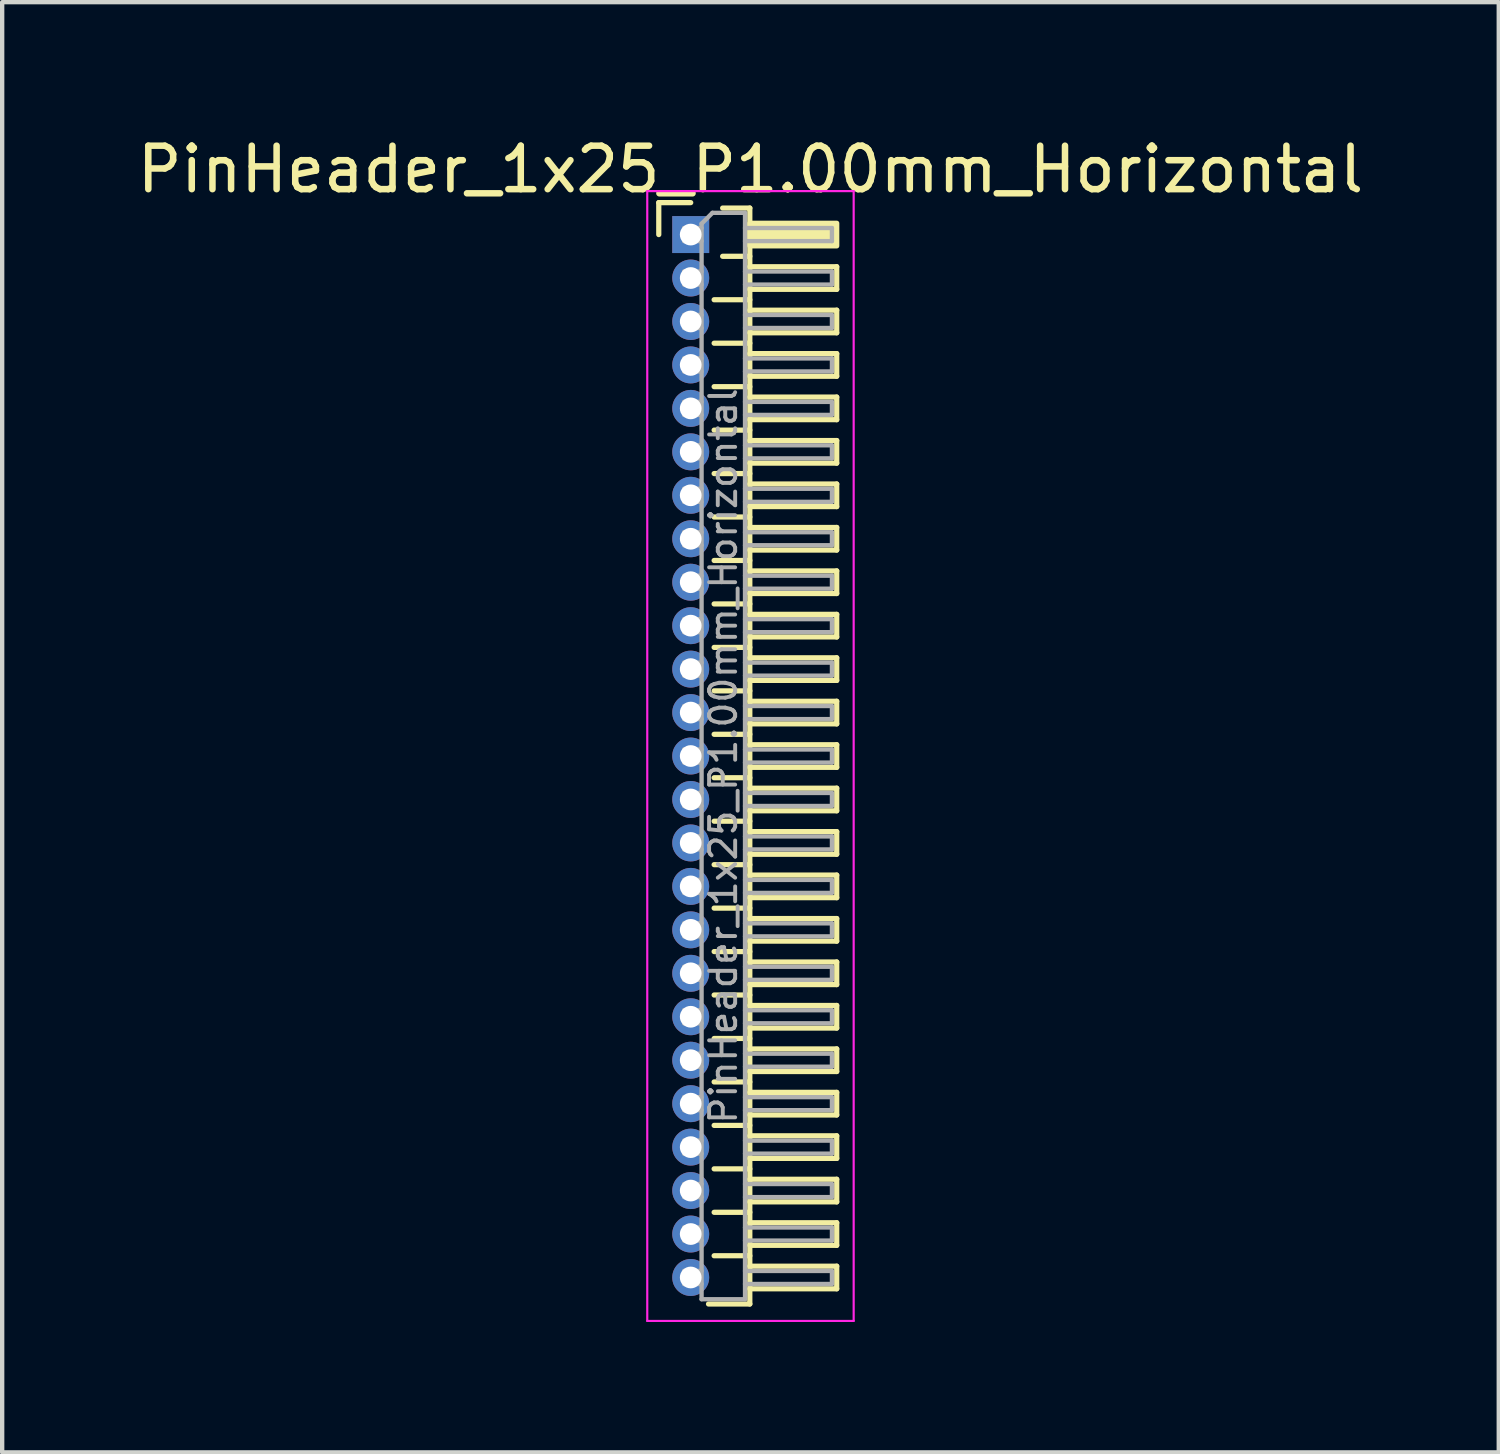
<source format=kicad_pcb>
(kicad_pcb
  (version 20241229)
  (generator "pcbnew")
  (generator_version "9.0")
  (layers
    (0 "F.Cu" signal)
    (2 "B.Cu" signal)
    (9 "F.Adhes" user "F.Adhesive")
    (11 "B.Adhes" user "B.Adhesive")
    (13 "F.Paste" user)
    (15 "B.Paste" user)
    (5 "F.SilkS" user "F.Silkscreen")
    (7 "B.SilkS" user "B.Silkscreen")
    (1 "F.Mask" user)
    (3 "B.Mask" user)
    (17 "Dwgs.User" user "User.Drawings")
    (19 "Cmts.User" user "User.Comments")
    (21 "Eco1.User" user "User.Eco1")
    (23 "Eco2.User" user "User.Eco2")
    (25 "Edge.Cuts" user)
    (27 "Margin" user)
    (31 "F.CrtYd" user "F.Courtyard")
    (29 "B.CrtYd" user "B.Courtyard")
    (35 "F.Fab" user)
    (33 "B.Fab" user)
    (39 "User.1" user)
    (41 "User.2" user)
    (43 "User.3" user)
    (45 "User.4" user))
  (footprint "PinHeader_1x25_P1.00mm_Horizontal"
    (layer "F.Cu")
    (at 12.845 2.348)
    (property "Reference" "PinHeader_1x25_P1.00mm_Horizontal" (at 1.375 -1.5 0) (layer "F.SilkS") (effects (font (size 1 1) (thickness 0.15))))
    (attr through_hole)
    (fp_line (start -0.735 -0.735) (end 0 -0.735) (stroke (width 0.12) (type solid)) (layer "F.SilkS"))
    (fp_line (start -0.735 0) (end -0.735 -0.735) (stroke (width 0.12) (type solid)) (layer "F.SilkS"))
    (fp_line (start 0.539 1.5) (end 1.36 1.5) (stroke (width 0.12) (type solid)) (layer "F.SilkS"))
    (fp_line (start 0.539 2.5) (end 1.36 2.5) (stroke (width 0.12) (type solid)) (layer "F.SilkS"))
    (fp_line (start 0.539 3.5) (end 1.36 3.5) (stroke (width 0.12) (type solid)) (layer "F.SilkS"))
    (fp_line (start 0.539 4.5) (end 1.36 4.5) (stroke (width 0.12) (type solid)) (layer "F.SilkS"))
    (fp_line (start 0.539 5.5) (end 1.36 5.5) (stroke (width 0.12) (type solid)) (layer "F.SilkS"))
    (fp_line (start 0.539 6.5) (end 1.36 6.5) (stroke (width 0.12) (type solid)) (layer "F.SilkS"))
    (fp_line (start 0.539 7.5) (end 1.36 7.5) (stroke (width 0.12) (type solid)) (layer "F.SilkS"))
    (fp_line (start 0.539 8.5) (end 1.36 8.5) (stroke (width 0.12) (type solid)) (layer "F.SilkS"))
    (fp_line (start 0.539 9.5) (end 1.36 9.5) (stroke (width 0.12) (type solid)) (layer "F.SilkS"))
    (fp_line (start 0.539 10.5) (end 1.36 10.5) (stroke (width 0.12) (type solid)) (layer "F.SilkS"))
    (fp_line (start 0.539 11.5) (end 1.36 11.5) (stroke (width 0.12) (type solid)) (layer "F.SilkS"))
    (fp_line (start 0.539 12.5) (end 1.36 12.5) (stroke (width 0.12) (type solid)) (layer "F.SilkS"))
    (fp_line (start 0.539 13.5) (end 1.36 13.5) (stroke (width 0.12) (type solid)) (layer "F.SilkS"))
    (fp_line (start 0.539 14.5) (end 1.36 14.5) (stroke (width 0.12) (type solid)) (layer "F.SilkS"))
    (fp_line (start 0.539 15.5) (end 1.36 15.5) (stroke (width 0.12) (type solid)) (layer "F.SilkS"))
    (fp_line (start 0.539 16.5) (end 1.36 16.5) (stroke (width 0.12) (type solid)) (layer "F.SilkS"))
    (fp_line (start 0.539 17.5) (end 1.36 17.5) (stroke (width 0.12) (type solid)) (layer "F.SilkS"))
    (fp_line (start 0.539 18.5) (end 1.36 18.5) (stroke (width 0.12) (type solid)) (layer "F.SilkS"))
    (fp_line (start 0.539 19.5) (end 1.36 19.5) (stroke (width 0.12) (type solid)) (layer "F.SilkS"))
    (fp_line (start 0.539 20.5) (end 1.36 20.5) (stroke (width 0.12) (type solid)) (layer "F.SilkS"))
    (fp_line (start 0.539 21.5) (end 1.36 21.5) (stroke (width 0.12) (type solid)) (layer "F.SilkS"))
    (fp_line (start 0.539 22.5) (end 1.36 22.5) (stroke (width 0.12) (type solid)) (layer "F.SilkS"))
    (fp_line (start 0.539 23.5) (end 1.36 23.5) (stroke (width 0.12) (type solid)) (layer "F.SilkS"))
    (fp_line (start 0.735 -0.61) (end 1.36 -0.61) (stroke (width 0.12) (type solid)) (layer "F.SilkS"))
    (fp_line (start 0.735 0.5) (end 1.36 0.5) (stroke (width 0.12) (type solid)) (layer "F.SilkS"))
    (fp_line (start 1.36 -0.61) (end 1.36 24.61) (stroke (width 0.12) (type solid)) (layer "F.SilkS"))
    (fp_line (start 1.36 0.74) (end 3.36 0.74) (stroke (width 0.12) (type solid)) (layer "F.SilkS"))
    (fp_line (start 1.36 1.74) (end 3.36 1.74) (stroke (width 0.12) (type solid)) (layer "F.SilkS"))
    (fp_line (start 1.36 2.74) (end 3.36 2.74) (stroke (width 0.12) (type solid)) (layer "F.SilkS"))
    (fp_line (start 1.36 3.74) (end 3.36 3.74) (stroke (width 0.12) (type solid)) (layer "F.SilkS"))
    (fp_line (start 1.36 4.74) (end 3.36 4.74) (stroke (width 0.12) (type solid)) (layer "F.SilkS"))
    (fp_line (start 1.36 5.74) (end 3.36 5.74) (stroke (width 0.12) (type solid)) (layer "F.SilkS"))
    (fp_line (start 1.36 6.74) (end 3.36 6.74) (stroke (width 0.12) (type solid)) (layer "F.SilkS"))
    (fp_line (start 1.36 7.74) (end 3.36 7.74) (stroke (width 0.12) (type solid)) (layer "F.SilkS"))
    (fp_line (start 1.36 8.74) (end 3.36 8.74) (stroke (width 0.12) (type solid)) (layer "F.SilkS"))
    (fp_line (start 1.36 9.74) (end 3.36 9.74) (stroke (width 0.12) (type solid)) (layer "F.SilkS"))
    (fp_line (start 1.36 10.74) (end 3.36 10.74) (stroke (width 0.12) (type solid)) (layer "F.SilkS"))
    (fp_line (start 1.36 11.74) (end 3.36 11.74) (stroke (width 0.12) (type solid)) (layer "F.SilkS"))
    (fp_line (start 1.36 12.74) (end 3.36 12.74) (stroke (width 0.12) (type solid)) (layer "F.SilkS"))
    (fp_line (start 1.36 13.74) (end 3.36 13.74) (stroke (width 0.12) (type solid)) (layer "F.SilkS"))
    (fp_line (start 1.36 14.74) (end 3.36 14.74) (stroke (width 0.12) (type solid)) (layer "F.SilkS"))
    (fp_line (start 1.36 15.74) (end 3.36 15.74) (stroke (width 0.12) (type solid)) (layer "F.SilkS"))
    (fp_line (start 1.36 16.74) (end 3.36 16.74) (stroke (width 0.12) (type solid)) (layer "F.SilkS"))
    (fp_line (start 1.36 17.74) (end 3.36 17.74) (stroke (width 0.12) (type solid)) (layer "F.SilkS"))
    (fp_line (start 1.36 18.74) (end 3.36 18.74) (stroke (width 0.12) (type solid)) (layer "F.SilkS"))
    (fp_line (start 1.36 19.74) (end 3.36 19.74) (stroke (width 0.12) (type solid)) (layer "F.SilkS"))
    (fp_line (start 1.36 20.74) (end 3.36 20.74) (stroke (width 0.12) (type solid)) (layer "F.SilkS"))
    (fp_line (start 1.36 21.74) (end 3.36 21.74) (stroke (width 0.12) (type solid)) (layer "F.SilkS"))
    (fp_line (start 1.36 22.74) (end 3.36 22.74) (stroke (width 0.12) (type solid)) (layer "F.SilkS"))
    (fp_line (start 1.36 23.74) (end 3.36 23.74) (stroke (width 0.12) (type solid)) (layer "F.SilkS"))
    (fp_line (start 1.36 24.61) (end 0.41 24.61) (stroke (width 0.12) (type solid)) (layer "F.SilkS"))
    (fp_line (start 3.36 0.74) (end 3.36 1.26) (stroke (width 0.12) (type solid)) (layer "F.SilkS"))
    (fp_line (start 3.36 1.26) (end 1.36 1.26) (stroke (width 0.12) (type solid)) (layer "F.SilkS"))
    (fp_line (start 3.36 1.74) (end 3.36 2.26) (stroke (width 0.12) (type solid)) (layer "F.SilkS"))
    (fp_line (start 3.36 2.26) (end 1.36 2.26) (stroke (width 0.12) (type solid)) (layer "F.SilkS"))
    (fp_line (start 3.36 2.74) (end 3.36 3.26) (stroke (width 0.12) (type solid)) (layer "F.SilkS"))
    (fp_line (start 3.36 3.26) (end 1.36 3.26) (stroke (width 0.12) (type solid)) (layer "F.SilkS"))
    (fp_line (start 3.36 3.74) (end 3.36 4.26) (stroke (width 0.12) (type solid)) (layer "F.SilkS"))
    (fp_line (start 3.36 4.26) (end 1.36 4.26) (stroke (width 0.12) (type solid)) (layer "F.SilkS"))
    (fp_line (start 3.36 4.74) (end 3.36 5.26) (stroke (width 0.12) (type solid)) (layer "F.SilkS"))
    (fp_line (start 3.36 5.26) (end 1.36 5.26) (stroke (width 0.12) (type solid)) (layer "F.SilkS"))
    (fp_line (start 3.36 5.74) (end 3.36 6.26) (stroke (width 0.12) (type solid)) (layer "F.SilkS"))
    (fp_line (start 3.36 6.26) (end 1.36 6.26) (stroke (width 0.12) (type solid)) (layer "F.SilkS"))
    (fp_line (start 3.36 6.74) (end 3.36 7.26) (stroke (width 0.12) (type solid)) (layer "F.SilkS"))
    (fp_line (start 3.36 7.26) (end 1.36 7.26) (stroke (width 0.12) (type solid)) (layer "F.SilkS"))
    (fp_line (start 3.36 7.74) (end 3.36 8.26) (stroke (width 0.12) (type solid)) (layer "F.SilkS"))
    (fp_line (start 3.36 8.26) (end 1.36 8.26) (stroke (width 0.12) (type solid)) (layer "F.SilkS"))
    (fp_line (start 3.36 8.74) (end 3.36 9.26) (stroke (width 0.12) (type solid)) (layer "F.SilkS"))
    (fp_line (start 3.36 9.26) (end 1.36 9.26) (stroke (width 0.12) (type solid)) (layer "F.SilkS"))
    (fp_line (start 3.36 9.74) (end 3.36 10.26) (stroke (width 0.12) (type solid)) (layer "F.SilkS"))
    (fp_line (start 3.36 10.26) (end 1.36 10.26) (stroke (width 0.12) (type solid)) (layer "F.SilkS"))
    (fp_line (start 3.36 10.74) (end 3.36 11.26) (stroke (width 0.12) (type solid)) (layer "F.SilkS"))
    (fp_line (start 3.36 11.26) (end 1.36 11.26) (stroke (width 0.12) (type solid)) (layer "F.SilkS"))
    (fp_line (start 3.36 11.74) (end 3.36 12.26) (stroke (width 0.12) (type solid)) (layer "F.SilkS"))
    (fp_line (start 3.36 12.26) (end 1.36 12.26) (stroke (width 0.12) (type solid)) (layer "F.SilkS"))
    (fp_line (start 3.36 12.74) (end 3.36 13.26) (stroke (width 0.12) (type solid)) (layer "F.SilkS"))
    (fp_line (start 3.36 13.26) (end 1.36 13.26) (stroke (width 0.12) (type solid)) (layer "F.SilkS"))
    (fp_line (start 3.36 13.74) (end 3.36 14.26) (stroke (width 0.12) (type solid)) (layer "F.SilkS"))
    (fp_line (start 3.36 14.26) (end 1.36 14.26) (stroke (width 0.12) (type solid)) (layer "F.SilkS"))
    (fp_line (start 3.36 14.74) (end 3.36 15.26) (stroke (width 0.12) (type solid)) (layer "F.SilkS"))
    (fp_line (start 3.36 15.26) (end 1.36 15.26) (stroke (width 0.12) (type solid)) (layer "F.SilkS"))
    (fp_line (start 3.36 15.74) (end 3.36 16.26) (stroke (width 0.12) (type solid)) (layer "F.SilkS"))
    (fp_line (start 3.36 16.26) (end 1.36 16.26) (stroke (width 0.12) (type solid)) (layer "F.SilkS"))
    (fp_line (start 3.36 16.74) (end 3.36 17.26) (stroke (width 0.12) (type solid)) (layer "F.SilkS"))
    (fp_line (start 3.36 17.26) (end 1.36 17.26) (stroke (width 0.12) (type solid)) (layer "F.SilkS"))
    (fp_line (start 3.36 17.74) (end 3.36 18.26) (stroke (width 0.12) (type solid)) (layer "F.SilkS"))
    (fp_line (start 3.36 18.26) (end 1.36 18.26) (stroke (width 0.12) (type solid)) (layer "F.SilkS"))
    (fp_line (start 3.36 18.74) (end 3.36 19.26) (stroke (width 0.12) (type solid)) (layer "F.SilkS"))
    (fp_line (start 3.36 19.26) (end 1.36 19.26) (stroke (width 0.12) (type solid)) (layer "F.SilkS"))
    (fp_line (start 3.36 19.74) (end 3.36 20.26) (stroke (width 0.12) (type solid)) (layer "F.SilkS"))
    (fp_line (start 3.36 20.26) (end 1.36 20.26) (stroke (width 0.12) (type solid)) (layer "F.SilkS"))
    (fp_line (start 3.36 20.74) (end 3.36 21.26) (stroke (width 0.12) (type solid)) (layer "F.SilkS"))
    (fp_line (start 3.36 21.26) (end 1.36 21.26) (stroke (width 0.12) (type solid)) (layer "F.SilkS"))
    (fp_line (start 3.36 21.74) (end 3.36 22.26) (stroke (width 0.12) (type solid)) (layer "F.SilkS"))
    (fp_line (start 3.36 22.26) (end 1.36 22.26) (stroke (width 0.12) (type solid)) (layer "F.SilkS"))
    (fp_line (start 3.36 22.74) (end 3.36 23.26) (stroke (width 0.12) (type solid)) (layer "F.SilkS"))
    (fp_line (start 3.36 23.26) (end 1.36 23.26) (stroke (width 0.12) (type solid)) (layer "F.SilkS"))
    (fp_line (start 3.36 23.74) (end 3.36 24.26) (stroke (width 0.12) (type solid)) (layer "F.SilkS"))
    (fp_line (start 3.36 24.26) (end 1.36 24.26) (stroke (width 0.12) (type solid)) (layer "F.SilkS"))
    (fp_rect (start 1.36 -0.26) (end 3.36 0.26) (stroke (width 0.12) (type solid)) (fill yes) (layer "F.SilkS"))
    (fp_line (start -1 -1) (end -1 25) (stroke (width 0.05) (type solid)) (layer "F.CrtYd"))
    (fp_line (start -1 25) (end 3.75 25) (stroke (width 0.05) (type solid)) (layer "F.CrtYd"))
    (fp_line (start 3.75 -1) (end -1 -1) (stroke (width 0.05) (type solid)) (layer "F.CrtYd"))
    (fp_line (start 3.75 25) (end 3.75 -1) (stroke (width 0.05) (type solid)) (layer "F.CrtYd"))
    (fp_line (start -0.15 -0.15) (end -0.15 0.15) (stroke (width 0.1) (type solid)) (layer "F.Fab"))
    (fp_line (start -0.15 -0.15) (end 0.25 -0.15) (stroke (width 0.1) (type solid)) (layer "F.Fab"))
    (fp_line (start -0.15 0.15) (end 0.25 0.15) (stroke (width 0.1) (type solid)) (layer "F.Fab"))
    (fp_line (start -0.15 0.85) (end -0.15 1.15) (stroke (width 0.1) (type solid)) (layer "F.Fab"))
    (fp_line (start -0.15 0.85) (end 0.25 0.85) (stroke (width 0.1) (type solid)) (layer "F.Fab"))
    (fp_line (start -0.15 1.15) (end 0.25 1.15) (stroke (width 0.1) (type solid)) (layer "F.Fab"))
    (fp_line (start -0.15 1.85) (end -0.15 2.15) (stroke (width 0.1) (type solid)) (layer "F.Fab"))
    (fp_line (start -0.15 1.85) (end 0.25 1.85) (stroke (width 0.1) (type solid)) (layer "F.Fab"))
    (fp_line (start -0.15 2.15) (end 0.25 2.15) (stroke (width 0.1) (type solid)) (layer "F.Fab"))
    (fp_line (start -0.15 2.85) (end -0.15 3.15) (stroke (width 0.1) (type solid)) (layer "F.Fab"))
    (fp_line (start -0.15 2.85) (end 0.25 2.85) (stroke (width 0.1) (type solid)) (layer "F.Fab"))
    (fp_line (start -0.15 3.15) (end 0.25 3.15) (stroke (width 0.1) (type solid)) (layer "F.Fab"))
    (fp_line (start -0.15 3.85) (end -0.15 4.15) (stroke (width 0.1) (type solid)) (layer "F.Fab"))
    (fp_line (start -0.15 3.85) (end 0.25 3.85) (stroke (width 0.1) (type solid)) (layer "F.Fab"))
    (fp_line (start -0.15 4.15) (end 0.25 4.15) (stroke (width 0.1) (type solid)) (layer "F.Fab"))
    (fp_line (start -0.15 4.85) (end -0.15 5.15) (stroke (width 0.1) (type solid)) (layer "F.Fab"))
    (fp_line (start -0.15 4.85) (end 0.25 4.85) (stroke (width 0.1) (type solid)) (layer "F.Fab"))
    (fp_line (start -0.15 5.15) (end 0.25 5.15) (stroke (width 0.1) (type solid)) (layer "F.Fab"))
    (fp_line (start -0.15 5.85) (end -0.15 6.15) (stroke (width 0.1) (type solid)) (layer "F.Fab"))
    (fp_line (start -0.15 5.85) (end 0.25 5.85) (stroke (width 0.1) (type solid)) (layer "F.Fab"))
    (fp_line (start -0.15 6.15) (end 0.25 6.15) (stroke (width 0.1) (type solid)) (layer "F.Fab"))
    (fp_line (start -0.15 6.85) (end -0.15 7.15) (stroke (width 0.1) (type solid)) (layer "F.Fab"))
    (fp_line (start -0.15 6.85) (end 0.25 6.85) (stroke (width 0.1) (type solid)) (layer "F.Fab"))
    (fp_line (start -0.15 7.15) (end 0.25 7.15) (stroke (width 0.1) (type solid)) (layer "F.Fab"))
    (fp_line (start -0.15 7.85) (end -0.15 8.15) (stroke (width 0.1) (type solid)) (layer "F.Fab"))
    (fp_line (start -0.15 7.85) (end 0.25 7.85) (stroke (width 0.1) (type solid)) (layer "F.Fab"))
    (fp_line (start -0.15 8.15) (end 0.25 8.15) (stroke (width 0.1) (type solid)) (layer "F.Fab"))
    (fp_line (start -0.15 8.85) (end -0.15 9.15) (stroke (width 0.1) (type solid)) (layer "F.Fab"))
    (fp_line (start -0.15 8.85) (end 0.25 8.85) (stroke (width 0.1) (type solid)) (layer "F.Fab"))
    (fp_line (start -0.15 9.15) (end 0.25 9.15) (stroke (width 0.1) (type solid)) (layer "F.Fab"))
    (fp_line (start -0.15 9.85) (end -0.15 10.15) (stroke (width 0.1) (type solid)) (layer "F.Fab"))
    (fp_line (start -0.15 9.85) (end 0.25 9.85) (stroke (width 0.1) (type solid)) (layer "F.Fab"))
    (fp_line (start -0.15 10.15) (end 0.25 10.15) (stroke (width 0.1) (type solid)) (layer "F.Fab"))
    (fp_line (start -0.15 10.85) (end -0.15 11.15) (stroke (width 0.1) (type solid)) (layer "F.Fab"))
    (fp_line (start -0.15 10.85) (end 0.25 10.85) (stroke (width 0.1) (type solid)) (layer "F.Fab"))
    (fp_line (start -0.15 11.15) (end 0.25 11.15) (stroke (width 0.1) (type solid)) (layer "F.Fab"))
    (fp_line (start -0.15 11.85) (end -0.15 12.15) (stroke (width 0.1) (type solid)) (layer "F.Fab"))
    (fp_line (start -0.15 11.85) (end 0.25 11.85) (stroke (width 0.1) (type solid)) (layer "F.Fab"))
    (fp_line (start -0.15 12.15) (end 0.25 12.15) (stroke (width 0.1) (type solid)) (layer "F.Fab"))
    (fp_line (start -0.15 12.85) (end -0.15 13.15) (stroke (width 0.1) (type solid)) (layer "F.Fab"))
    (fp_line (start -0.15 12.85) (end 0.25 12.85) (stroke (width 0.1) (type solid)) (layer "F.Fab"))
    (fp_line (start -0.15 13.15) (end 0.25 13.15) (stroke (width 0.1) (type solid)) (layer "F.Fab"))
    (fp_line (start -0.15 13.85) (end -0.15 14.15) (stroke (width 0.1) (type solid)) (layer "F.Fab"))
    (fp_line (start -0.15 13.85) (end 0.25 13.85) (stroke (width 0.1) (type solid)) (layer "F.Fab"))
    (fp_line (start -0.15 14.15) (end 0.25 14.15) (stroke (width 0.1) (type solid)) (layer "F.Fab"))
    (fp_line (start -0.15 14.85) (end -0.15 15.15) (stroke (width 0.1) (type solid)) (layer "F.Fab"))
    (fp_line (start -0.15 14.85) (end 0.25 14.85) (stroke (width 0.1) (type solid)) (layer "F.Fab"))
    (fp_line (start -0.15 15.15) (end 0.25 15.15) (stroke (width 0.1) (type solid)) (layer "F.Fab"))
    (fp_line (start -0.15 15.85) (end -0.15 16.15) (stroke (width 0.1) (type solid)) (layer "F.Fab"))
    (fp_line (start -0.15 15.85) (end 0.25 15.85) (stroke (width 0.1) (type solid)) (layer "F.Fab"))
    (fp_line (start -0.15 16.15) (end 0.25 16.15) (stroke (width 0.1) (type solid)) (layer "F.Fab"))
    (fp_line (start -0.15 16.85) (end -0.15 17.15) (stroke (width 0.1) (type solid)) (layer "F.Fab"))
    (fp_line (start -0.15 16.85) (end 0.25 16.85) (stroke (width 0.1) (type solid)) (layer "F.Fab"))
    (fp_line (start -0.15 17.15) (end 0.25 17.15) (stroke (width 0.1) (type solid)) (layer "F.Fab"))
    (fp_line (start -0.15 17.85) (end -0.15 18.15) (stroke (width 0.1) (type solid)) (layer "F.Fab"))
    (fp_line (start -0.15 17.85) (end 0.25 17.85) (stroke (width 0.1) (type solid)) (layer "F.Fab"))
    (fp_line (start -0.15 18.15) (end 0.25 18.15) (stroke (width 0.1) (type solid)) (layer "F.Fab"))
    (fp_line (start -0.15 18.85) (end -0.15 19.15) (stroke (width 0.1) (type solid)) (layer "F.Fab"))
    (fp_line (start -0.15 18.85) (end 0.25 18.85) (stroke (width 0.1) (type solid)) (layer "F.Fab"))
    (fp_line (start -0.15 19.15) (end 0.25 19.15) (stroke (width 0.1) (type solid)) (layer "F.Fab"))
    (fp_line (start -0.15 19.85) (end -0.15 20.15) (stroke (width 0.1) (type solid)) (layer "F.Fab"))
    (fp_line (start -0.15 19.85) (end 0.25 19.85) (stroke (width 0.1) (type solid)) (layer "F.Fab"))
    (fp_line (start -0.15 20.15) (end 0.25 20.15) (stroke (width 0.1) (type solid)) (layer "F.Fab"))
    (fp_line (start -0.15 20.85) (end -0.15 21.15) (stroke (width 0.1) (type solid)) (layer "F.Fab"))
    (fp_line (start -0.15 20.85) (end 0.25 20.85) (stroke (width 0.1) (type solid)) (layer "F.Fab"))
    (fp_line (start -0.15 21.15) (end 0.25 21.15) (stroke (width 0.1) (type solid)) (layer "F.Fab"))
    (fp_line (start -0.15 21.85) (end -0.15 22.15) (stroke (width 0.1) (type solid)) (layer "F.Fab"))
    (fp_line (start -0.15 21.85) (end 0.25 21.85) (stroke (width 0.1) (type solid)) (layer "F.Fab"))
    (fp_line (start -0.15 22.15) (end 0.25 22.15) (stroke (width 0.1) (type solid)) (layer "F.Fab"))
    (fp_line (start -0.15 22.85) (end -0.15 23.15) (stroke (width 0.1) (type solid)) (layer "F.Fab"))
    (fp_line (start -0.15 22.85) (end 0.25 22.85) (stroke (width 0.1) (type solid)) (layer "F.Fab"))
    (fp_line (start -0.15 23.15) (end 0.25 23.15) (stroke (width 0.1) (type solid)) (layer "F.Fab"))
    (fp_line (start -0.15 23.85) (end -0.15 24.15) (stroke (width 0.1) (type solid)) (layer "F.Fab"))
    (fp_line (start -0.15 23.85) (end 0.25 23.85) (stroke (width 0.1) (type solid)) (layer "F.Fab"))
    (fp_line (start -0.15 24.15) (end 0.25 24.15) (stroke (width 0.1) (type solid)) (layer "F.Fab"))
    (fp_line (start 0.25 -0.25) (end 0.5 -0.5) (stroke (width 0.1) (type solid)) (layer "F.Fab"))
    (fp_line (start 0.25 24.5) (end 0.25 -0.25) (stroke (width 0.1) (type solid)) (layer "F.Fab"))
    (fp_line (start 0.5 -0.5) (end 1.25 -0.5) (stroke (width 0.1) (type solid)) (layer "F.Fab"))
    (fp_line (start 1.25 -0.5) (end 1.25 24.5) (stroke (width 0.1) (type solid)) (layer "F.Fab"))
    (fp_line (start 1.25 -0.15) (end 3.25 -0.15) (stroke (width 0.1) (type solid)) (layer "F.Fab"))
    (fp_line (start 1.25 0.15) (end 3.25 0.15) (stroke (width 0.1) (type solid)) (layer "F.Fab"))
    (fp_line (start 1.25 0.85) (end 3.25 0.85) (stroke (width 0.1) (type solid)) (layer "F.Fab"))
    (fp_line (start 1.25 1.15) (end 3.25 1.15) (stroke (width 0.1) (type solid)) (layer "F.Fab"))
    (fp_line (start 1.25 1.85) (end 3.25 1.85) (stroke (width 0.1) (type solid)) (layer "F.Fab"))
    (fp_line (start 1.25 2.15) (end 3.25 2.15) (stroke (width 0.1) (type solid)) (layer "F.Fab"))
    (fp_line (start 1.25 2.85) (end 3.25 2.85) (stroke (width 0.1) (type solid)) (layer "F.Fab"))
    (fp_line (start 1.25 3.15) (end 3.25 3.15) (stroke (width 0.1) (type solid)) (layer "F.Fab"))
    (fp_line (start 1.25 3.85) (end 3.25 3.85) (stroke (width 0.1) (type solid)) (layer "F.Fab"))
    (fp_line (start 1.25 4.15) (end 3.25 4.15) (stroke (width 0.1) (type solid)) (layer "F.Fab"))
    (fp_line (start 1.25 4.85) (end 3.25 4.85) (stroke (width 0.1) (type solid)) (layer "F.Fab"))
    (fp_line (start 1.25 5.15) (end 3.25 5.15) (stroke (width 0.1) (type solid)) (layer "F.Fab"))
    (fp_line (start 1.25 5.85) (end 3.25 5.85) (stroke (width 0.1) (type solid)) (layer "F.Fab"))
    (fp_line (start 1.25 6.15) (end 3.25 6.15) (stroke (width 0.1) (type solid)) (layer "F.Fab"))
    (fp_line (start 1.25 6.85) (end 3.25 6.85) (stroke (width 0.1) (type solid)) (layer "F.Fab"))
    (fp_line (start 1.25 7.15) (end 3.25 7.15) (stroke (width 0.1) (type solid)) (layer "F.Fab"))
    (fp_line (start 1.25 7.85) (end 3.25 7.85) (stroke (width 0.1) (type solid)) (layer "F.Fab"))
    (fp_line (start 1.25 8.15) (end 3.25 8.15) (stroke (width 0.1) (type solid)) (layer "F.Fab"))
    (fp_line (start 1.25 8.85) (end 3.25 8.85) (stroke (width 0.1) (type solid)) (layer "F.Fab"))
    (fp_line (start 1.25 9.15) (end 3.25 9.15) (stroke (width 0.1) (type solid)) (layer "F.Fab"))
    (fp_line (start 1.25 9.85) (end 3.25 9.85) (stroke (width 0.1) (type solid)) (layer "F.Fab"))
    (fp_line (start 1.25 10.15) (end 3.25 10.15) (stroke (width 0.1) (type solid)) (layer "F.Fab"))
    (fp_line (start 1.25 10.85) (end 3.25 10.85) (stroke (width 0.1) (type solid)) (layer "F.Fab"))
    (fp_line (start 1.25 11.15) (end 3.25 11.15) (stroke (width 0.1) (type solid)) (layer "F.Fab"))
    (fp_line (start 1.25 11.85) (end 3.25 11.85) (stroke (width 0.1) (type solid)) (layer "F.Fab"))
    (fp_line (start 1.25 12.15) (end 3.25 12.15) (stroke (width 0.1) (type solid)) (layer "F.Fab"))
    (fp_line (start 1.25 12.85) (end 3.25 12.85) (stroke (width 0.1) (type solid)) (layer "F.Fab"))
    (fp_line (start 1.25 13.15) (end 3.25 13.15) (stroke (width 0.1) (type solid)) (layer "F.Fab"))
    (fp_line (start 1.25 13.85) (end 3.25 13.85) (stroke (width 0.1) (type solid)) (layer "F.Fab"))
    (fp_line (start 1.25 14.15) (end 3.25 14.15) (stroke (width 0.1) (type solid)) (layer "F.Fab"))
    (fp_line (start 1.25 14.85) (end 3.25 14.85) (stroke (width 0.1) (type solid)) (layer "F.Fab"))
    (fp_line (start 1.25 15.15) (end 3.25 15.15) (stroke (width 0.1) (type solid)) (layer "F.Fab"))
    (fp_line (start 1.25 15.85) (end 3.25 15.85) (stroke (width 0.1) (type solid)) (layer "F.Fab"))
    (fp_line (start 1.25 16.15) (end 3.25 16.15) (stroke (width 0.1) (type solid)) (layer "F.Fab"))
    (fp_line (start 1.25 16.85) (end 3.25 16.85) (stroke (width 0.1) (type solid)) (layer "F.Fab"))
    (fp_line (start 1.25 17.15) (end 3.25 17.15) (stroke (width 0.1) (type solid)) (layer "F.Fab"))
    (fp_line (start 1.25 17.85) (end 3.25 17.85) (stroke (width 0.1) (type solid)) (layer "F.Fab"))
    (fp_line (start 1.25 18.15) (end 3.25 18.15) (stroke (width 0.1) (type solid)) (layer "F.Fab"))
    (fp_line (start 1.25 18.85) (end 3.25 18.85) (stroke (width 0.1) (type solid)) (layer "F.Fab"))
    (fp_line (start 1.25 19.15) (end 3.25 19.15) (stroke (width 0.1) (type solid)) (layer "F.Fab"))
    (fp_line (start 1.25 19.85) (end 3.25 19.85) (stroke (width 0.1) (type solid)) (layer "F.Fab"))
    (fp_line (start 1.25 20.15) (end 3.25 20.15) (stroke (width 0.1) (type solid)) (layer "F.Fab"))
    (fp_line (start 1.25 20.85) (end 3.25 20.85) (stroke (width 0.1) (type solid)) (layer "F.Fab"))
    (fp_line (start 1.25 21.15) (end 3.25 21.15) (stroke (width 0.1) (type solid)) (layer "F.Fab"))
    (fp_line (start 1.25 21.85) (end 3.25 21.85) (stroke (width 0.1) (type solid)) (layer "F.Fab"))
    (fp_line (start 1.25 22.15) (end 3.25 22.15) (stroke (width 0.1) (type solid)) (layer "F.Fab"))
    (fp_line (start 1.25 22.85) (end 3.25 22.85) (stroke (width 0.1) (type solid)) (layer "F.Fab"))
    (fp_line (start 1.25 23.15) (end 3.25 23.15) (stroke (width 0.1) (type solid)) (layer "F.Fab"))
    (fp_line (start 1.25 23.85) (end 3.25 23.85) (stroke (width 0.1) (type solid)) (layer "F.Fab"))
    (fp_line (start 1.25 24.15) (end 3.25 24.15) (stroke (width 0.1) (type solid)) (layer "F.Fab"))
    (fp_line (start 1.25 24.5) (end 0.25 24.5) (stroke (width 0.1) (type solid)) (layer "F.Fab"))
    (fp_line (start 3.25 -0.15) (end 3.25 0.15) (stroke (width 0.1) (type solid)) (layer "F.Fab"))
    (fp_line (start 3.25 0.85) (end 3.25 1.15) (stroke (width 0.1) (type solid)) (layer "F.Fab"))
    (fp_line (start 3.25 1.85) (end 3.25 2.15) (stroke (width 0.1) (type solid)) (layer "F.Fab"))
    (fp_line (start 3.25 2.85) (end 3.25 3.15) (stroke (width 0.1) (type solid)) (layer "F.Fab"))
    (fp_line (start 3.25 3.85) (end 3.25 4.15) (stroke (width 0.1) (type solid)) (layer "F.Fab"))
    (fp_line (start 3.25 4.85) (end 3.25 5.15) (stroke (width 0.1) (type solid)) (layer "F.Fab"))
    (fp_line (start 3.25 5.85) (end 3.25 6.15) (stroke (width 0.1) (type solid)) (layer "F.Fab"))
    (fp_line (start 3.25 6.85) (end 3.25 7.15) (stroke (width 0.1) (type solid)) (layer "F.Fab"))
    (fp_line (start 3.25 7.85) (end 3.25 8.15) (stroke (width 0.1) (type solid)) (layer "F.Fab"))
    (fp_line (start 3.25 8.85) (end 3.25 9.15) (stroke (width 0.1) (type solid)) (layer "F.Fab"))
    (fp_line (start 3.25 9.85) (end 3.25 10.15) (stroke (width 0.1) (type solid)) (layer "F.Fab"))
    (fp_line (start 3.25 10.85) (end 3.25 11.15) (stroke (width 0.1) (type solid)) (layer "F.Fab"))
    (fp_line (start 3.25 11.85) (end 3.25 12.15) (stroke (width 0.1) (type solid)) (layer "F.Fab"))
    (fp_line (start 3.25 12.85) (end 3.25 13.15) (stroke (width 0.1) (type solid)) (layer "F.Fab"))
    (fp_line (start 3.25 13.85) (end 3.25 14.15) (stroke (width 0.1) (type solid)) (layer "F.Fab"))
    (fp_line (start 3.25 14.85) (end 3.25 15.15) (stroke (width 0.1) (type solid)) (layer "F.Fab"))
    (fp_line (start 3.25 15.85) (end 3.25 16.15) (stroke (width 0.1) (type solid)) (layer "F.Fab"))
    (fp_line (start 3.25 16.85) (end 3.25 17.15) (stroke (width 0.1) (type solid)) (layer "F.Fab"))
    (fp_line (start 3.25 17.85) (end 3.25 18.15) (stroke (width 0.1) (type solid)) (layer "F.Fab"))
    (fp_line (start 3.25 18.85) (end 3.25 19.15) (stroke (width 0.1) (type solid)) (layer "F.Fab"))
    (fp_line (start 3.25 19.85) (end 3.25 20.15) (stroke (width 0.1) (type solid)) (layer "F.Fab"))
    (fp_line (start 3.25 20.85) (end 3.25 21.15) (stroke (width 0.1) (type solid)) (layer "F.Fab"))
    (fp_line (start 3.25 21.85) (end 3.25 22.15) (stroke (width 0.1) (type solid)) (layer "F.Fab"))
    (fp_line (start 3.25 22.85) (end 3.25 23.15) (stroke (width 0.1) (type solid)) (layer "F.Fab"))
    (fp_line (start 3.25 23.85) (end 3.25 24.15) (stroke (width 0.1) (type solid)) (layer "F.Fab"))
    (fp_text user "${REFERENCE}" (at 0.75 12 90) (layer "F.Fab") (effects (font (size 0.6 0.6) (thickness 0.09))))
    (pad "1" thru_hole rect (at 0 0) (size 0.85 0.85) (drill 0.5) (layers "*.Cu" "*.Mask"))
    (pad "2" thru_hole circle (at 0 1) (size 0.85 0.85) (drill 0.5) (layers "*.Cu" "*.Mask"))
    (pad "3" thru_hole circle (at 0 2) (size 0.85 0.85) (drill 0.5) (layers "*.Cu" "*.Mask"))
    (pad "4" thru_hole circle (at 0 3) (size 0.85 0.85) (drill 0.5) (layers "*.Cu" "*.Mask"))
    (pad "5" thru_hole circle (at 0 4) (size 0.85 0.85) (drill 0.5) (layers "*.Cu" "*.Mask"))
    (pad "6" thru_hole circle (at 0 5) (size 0.85 0.85) (drill 0.5) (layers "*.Cu" "*.Mask"))
    (pad "7" thru_hole circle (at 0 6) (size 0.85 0.85) (drill 0.5) (layers "*.Cu" "*.Mask"))
    (pad "8" thru_hole circle (at 0 7) (size 0.85 0.85) (drill 0.5) (layers "*.Cu" "*.Mask"))
    (pad "9" thru_hole circle (at 0 8) (size 0.85 0.85) (drill 0.5) (layers "*.Cu" "*.Mask"))
    (pad "10" thru_hole circle (at 0 9) (size 0.85 0.85) (drill 0.5) (layers "*.Cu" "*.Mask"))
    (pad "11" thru_hole circle (at 0 10) (size 0.85 0.85) (drill 0.5) (layers "*.Cu" "*.Mask"))
    (pad "12" thru_hole circle (at 0 11) (size 0.85 0.85) (drill 0.5) (layers "*.Cu" "*.Mask"))
    (pad "13" thru_hole circle (at 0 12) (size 0.85 0.85) (drill 0.5) (layers "*.Cu" "*.Mask"))
    (pad "14" thru_hole circle (at 0 13) (size 0.85 0.85) (drill 0.5) (layers "*.Cu" "*.Mask"))
    (pad "15" thru_hole circle (at 0 14) (size 0.85 0.85) (drill 0.5) (layers "*.Cu" "*.Mask"))
    (pad "16" thru_hole circle (at 0 15) (size 0.85 0.85) (drill 0.5) (layers "*.Cu" "*.Mask"))
    (pad "17" thru_hole circle (at 0 16) (size 0.85 0.85) (drill 0.5) (layers "*.Cu" "*.Mask"))
    (pad "18" thru_hole circle (at 0 17) (size 0.85 0.85) (drill 0.5) (layers "*.Cu" "*.Mask"))
    (pad "19" thru_hole circle (at 0 18) (size 0.85 0.85) (drill 0.5) (layers "*.Cu" "*.Mask"))
    (pad "20" thru_hole circle (at 0 19) (size 0.85 0.85) (drill 0.5) (layers "*.Cu" "*.Mask"))
    (pad "21" thru_hole circle (at 0 20) (size 0.85 0.85) (drill 0.5) (layers "*.Cu" "*.Mask"))
    (pad "22" thru_hole circle (at 0 21) (size 0.85 0.85) (drill 0.5) (layers "*.Cu" "*.Mask"))
    (pad "23" thru_hole circle (at 0 22) (size 0.85 0.85) (drill 0.5) (layers "*.Cu" "*.Mask"))
    (pad "24" thru_hole circle (at 0 23) (size 0.85 0.85) (drill 0.5) (layers "*.Cu" "*.Mask"))
    (pad "25" thru_hole circle (at 0 24) (size 0.85 0.85) (drill 0.5) (layers "*.Cu" "*.Mask")))
  (gr_rect
    (start -3 -3)
    (end 31.44 30.373)
    (stroke (width 0.1) (type default))
    (fill no)
    (layer "Edge.Cuts")))
</source>
